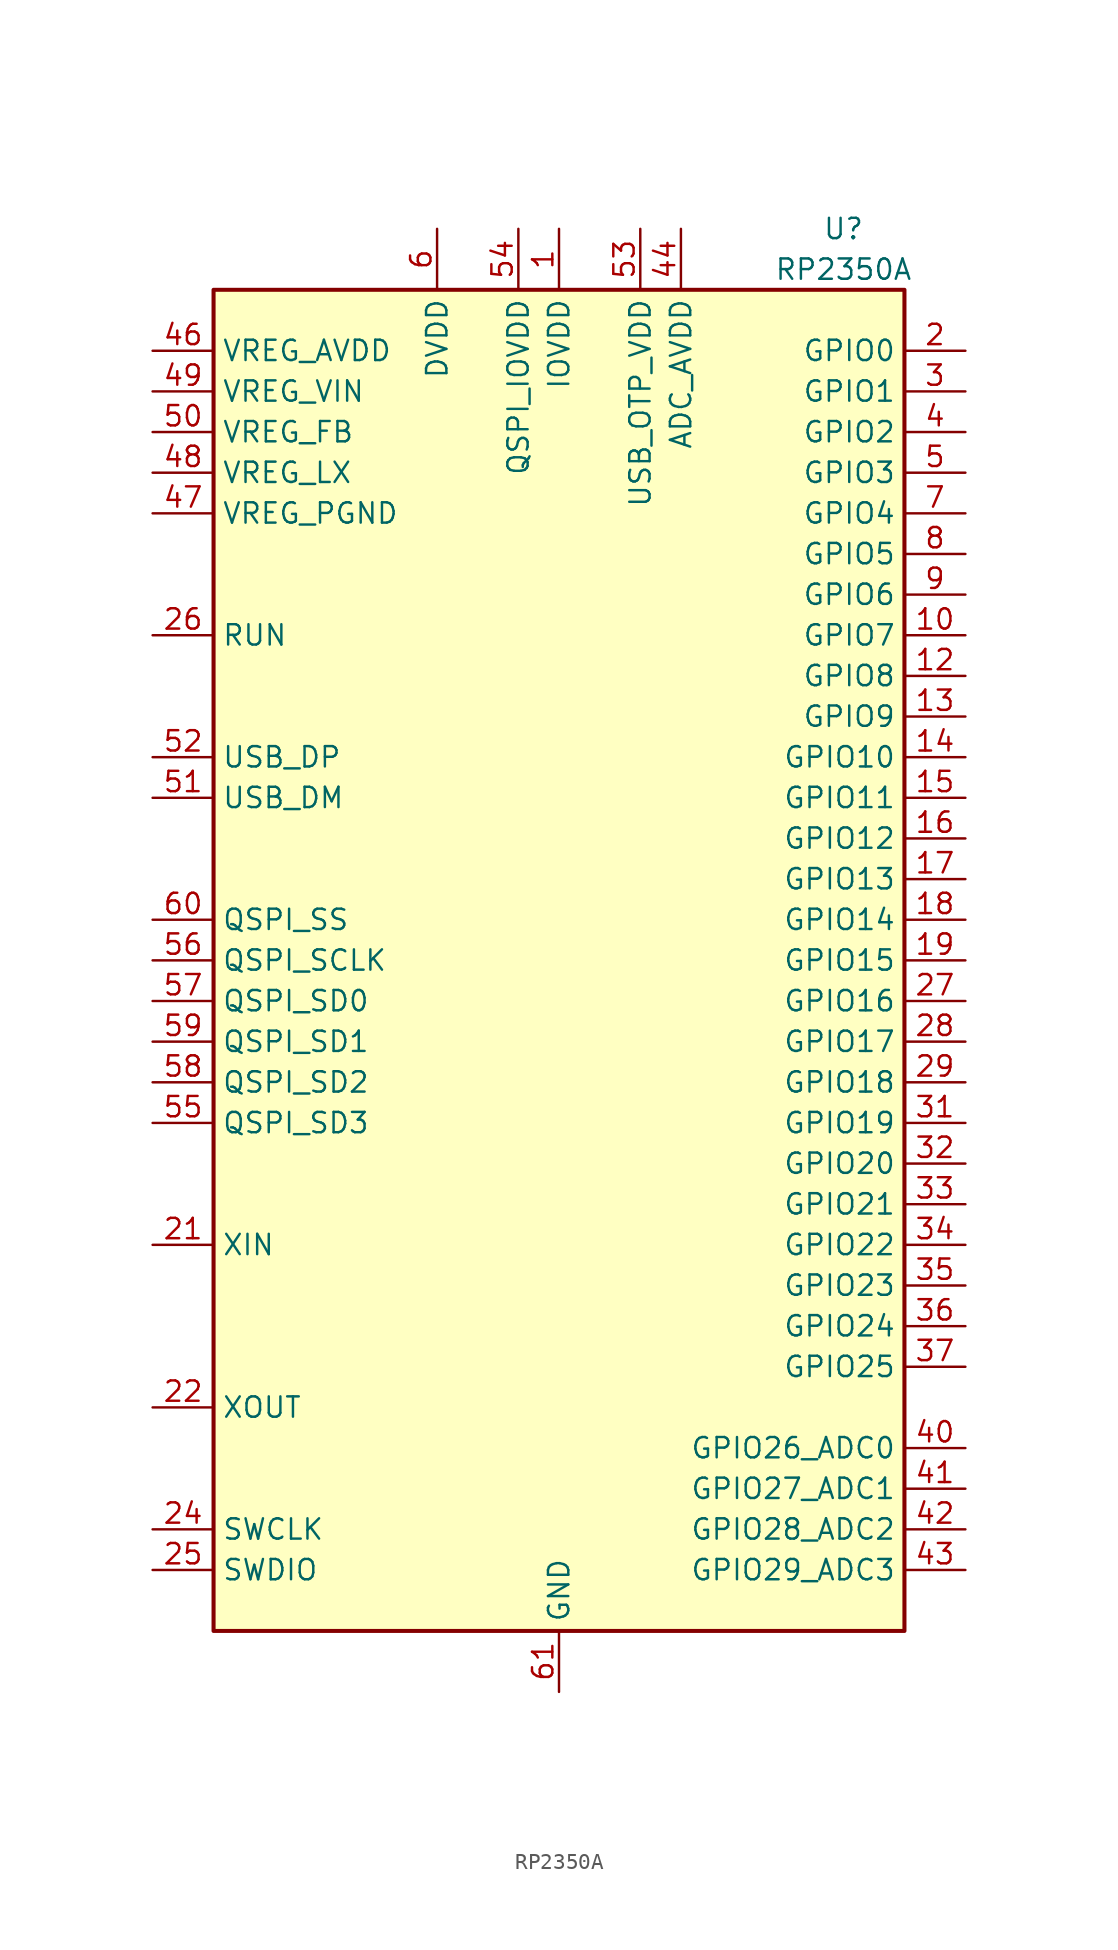
<source format=kicad_sym>
(kicad_symbol_lib
  (version 20241209)
  (generator "kicad_symbol_editor")
  (generator_version "9.0")
  (symbol "RP2350A"
    (property "Reference" "U"
      (at 17.78 45.72 0)
      (effects (font (size 1.27 1.27))))
    (property "Value" "RP2350A"
      (at 17.78 43.18 0)
      (effects (font (size 1.27 1.27))))
    (symbol "RP2350A_0_1"
      (rectangle (start -21.59 41.91) (end 21.59 -41.91) (stroke (width 0.254) (type default)) (fill (type background))))
    (symbol "RP2350A_1_0"
      (pin power_in line (at -25.4 38.1 0) (length 3.81) (name "VREG_AVDD" (effects (font (size 1.27 1.27)))) (number "46" (effects (font (size 1.27 1.27)))))
      (pin power_in line (at -25.4 27.94 0) (length 3.81) (name "VREG_PGND" (effects (font (size 1.27 1.27)))) (number "47" (effects (font (size 1.27 1.27)))))
      (pin passive line (at -7.62 45.72 270) (length 3.81) (hide yes) (name "DVDD" (effects (font (size 1.27 1.27)))) (number "39" (effects (font (size 1.27 1.27)))))
      (pin power_in line (at -7.62 45.72 270) (length 3.81) (name "DVDD" (effects (font (size 1.27 1.27)))) (number "6" (effects (font (size 1.27 1.27)))))
      (pin power_in line (at -2.54 45.72 270) (length 3.81) (name "QSPI_IOVDD" (effects (font (size 1.27 1.27)))) (number "54" (effects (font (size 1.27 1.27)))))
      (pin power_in line (at 5.08 45.72 270) (length 3.81) (name "USB_OTP_VDD" (effects (font (size 1.27 1.27)))) (number "53" (effects (font (size 1.27 1.27))))))
    (symbol "RP2350A_1_1"
      (pin power_in line (at -25.4 35.56 0) (length 3.81) (name "VREG_VIN" (effects (font (size 1.27 1.27)))) (number "49" (effects (font (size 1.27 1.27)))))
      (pin passive line (at -25.4 33.02 0) (length 3.81) (name "VREG_FB" (effects (font (size 1.27 1.27)))) (number "50" (effects (font (size 1.27 1.27)))))
      (pin power_out line (at -25.4 30.48 0) (length 3.81) (name "VREG_LX" (effects (font (size 1.27 1.27)))) (number "48" (effects (font (size 1.27 1.27)))))
      (pin input line (at -25.4 20.32 0) (length 3.81) (name "RUN" (effects (font (size 1.27 1.27)))) (number "26" (effects (font (size 1.27 1.27)))))
      (pin bidirectional line (at -25.4 12.7 0) (length 3.81) (name "USB_DP" (effects (font (size 1.27 1.27)))) (number "52" (effects (font (size 1.27 1.27)))))
      (pin bidirectional line (at -25.4 10.16 0) (length 3.81) (name "USB_DM" (effects (font (size 1.27 1.27)))) (number "51" (effects (font (size 1.27 1.27)))))
      (pin bidirectional line (at -25.4 2.54 0) (length 3.81) (name "QSPI_SS" (effects (font (size 1.27 1.27)))) (number "60" (effects (font (size 1.27 1.27)))))
      (pin output line (at -25.4 0 0) (length 3.81) (name "QSPI_SCLK" (effects (font (size 1.27 1.27)))) (number "56" (effects (font (size 1.27 1.27)))))
      (pin bidirectional line (at -25.4 -2.54 0) (length 3.81) (name "QSPI_SD0" (effects (font (size 1.27 1.27)))) (number "57" (effects (font (size 1.27 1.27)))))
      (pin bidirectional line (at -25.4 -5.08 0) (length 3.81) (name "QSPI_SD1" (effects (font (size 1.27 1.27)))) (number "59" (effects (font (size 1.27 1.27)))))
      (pin bidirectional line (at -25.4 -7.62 0) (length 3.81) (name "QSPI_SD2" (effects (font (size 1.27 1.27)))) (number "58" (effects (font (size 1.27 1.27)))))
      (pin bidirectional line (at -25.4 -10.16 0) (length 3.81) (name "QSPI_SD3" (effects (font (size 1.27 1.27)))) (number "55" (effects (font (size 1.27 1.27)))))
      (pin input line (at -25.4 -17.78 0) (length 3.81) (name "XIN" (effects (font (size 1.27 1.27)))) (number "21" (effects (font (size 1.27 1.27)))))
      (pin passive line (at -25.4 -27.94 0) (length 3.81) (name "XOUT" (effects (font (size 1.27 1.27)))) (number "22" (effects (font (size 1.27 1.27)))))
      (pin input line (at -25.4 -35.56 0) (length 3.81) (name "SWCLK" (effects (font (size 1.27 1.27)))) (number "24" (effects (font (size 1.27 1.27)))))
      (pin bidirectional line (at -25.4 -38.1 0) (length 3.81) (name "SWDIO" (effects (font (size 1.27 1.27)))) (number "25" (effects (font (size 1.27 1.27)))))
      (pin passive line (at -7.62 45.72 270) (length 3.81) (hide yes) (name "DVDD" (effects (font (size 1.27 1.27)))) (number "23" (effects (font (size 1.27 1.27)))))
      (pin power_in line (at 0 45.72 270) (length 3.81) (name "IOVDD" (effects (font (size 1.27 1.27)))) (number "1" (effects (font (size 1.27 1.27)))))
      (pin passive line (at 0 45.72 270) (length 3.81) (hide yes) (name "IOVDD" (effects (font (size 1.27 1.27)))) (number "11" (effects (font (size 1.27 1.27)))))
      (pin passive line (at 0 45.72 270) (length 3.81) (hide yes) (name "IOVDD" (effects (font (size 1.27 1.27)))) (number "20" (effects (font (size 1.27 1.27)))))
      (pin passive line (at 0 45.72 270) (length 3.81) (hide yes) (name "IOVDD" (effects (font (size 1.27 1.27)))) (number "30" (effects (font (size 1.27 1.27)))))
      (pin passive line (at 0 45.72 270) (length 3.81) (hide yes) (name "IOVDD" (effects (font (size 1.27 1.27)))) (number "38" (effects (font (size 1.27 1.27)))))
      (pin passive line (at 0 45.72 270) (length 3.81) (hide yes) (name "IOVDD" (effects (font (size 1.27 1.27)))) (number "45" (effects (font (size 1.27 1.27)))))
      (pin power_in line (at 0 -45.72 90) (length 3.81) (name "GND" (effects (font (size 1.27 1.27)))) (number "61" (effects (font (size 1.27 1.27)))))
      (pin power_in line (at 7.62 45.72 270) (length 3.81) (name "ADC_AVDD" (effects (font (size 1.27 1.27)))) (number "44" (effects (font (size 1.27 1.27)))))
      (pin bidirectional line (at 25.4 38.1 180) (length 3.81) (name "GPIO0" (effects (font (size 1.27 1.27)))) (number "2" (effects (font (size 1.27 1.27)))))
      (pin bidirectional line (at 25.4 35.56 180) (length 3.81) (name "GPIO1" (effects (font (size 1.27 1.27)))) (number "3" (effects (font (size 1.27 1.27)))))
      (pin bidirectional line (at 25.4 33.02 180) (length 3.81) (name "GPIO2" (effects (font (size 1.27 1.27)))) (number "4" (effects (font (size 1.27 1.27)))))
      (pin bidirectional line (at 25.4 30.48 180) (length 3.81) (name "GPIO3" (effects (font (size 1.27 1.27)))) (number "5" (effects (font (size 1.27 1.27)))))
      (pin bidirectional line (at 25.4 27.94 180) (length 3.81) (name "GPIO4" (effects (font (size 1.27 1.27)))) (number "7" (effects (font (size 1.27 1.27)))))
      (pin bidirectional line (at 25.4 25.4 180) (length 3.81) (name "GPIO5" (effects (font (size 1.27 1.27)))) (number "8" (effects (font (size 1.27 1.27)))))
      (pin bidirectional line (at 25.4 22.86 180) (length 3.81) (name "GPIO6" (effects (font (size 1.27 1.27)))) (number "9" (effects (font (size 1.27 1.27)))))
      (pin bidirectional line (at 25.4 20.32 180) (length 3.81) (name "GPIO7" (effects (font (size 1.27 1.27)))) (number "10" (effects (font (size 1.27 1.27)))))
      (pin bidirectional line (at 25.4 17.78 180) (length 3.81) (name "GPIO8" (effects (font (size 1.27 1.27)))) (number "12" (effects (font (size 1.27 1.27)))))
      (pin bidirectional line (at 25.4 15.24 180) (length 3.81) (name "GPIO9" (effects (font (size 1.27 1.27)))) (number "13" (effects (font (size 1.27 1.27)))))
      (pin bidirectional line (at 25.4 12.7 180) (length 3.81) (name "GPIO10" (effects (font (size 1.27 1.27)))) (number "14" (effects (font (size 1.27 1.27)))))
      (pin bidirectional line (at 25.4 10.16 180) (length 3.81) (name "GPIO11" (effects (font (size 1.27 1.27)))) (number "15" (effects (font (size 1.27 1.27)))))
      (pin bidirectional line (at 25.4 7.62 180) (length 3.81) (name "GPIO12" (effects (font (size 1.27 1.27)))) (number "16" (effects (font (size 1.27 1.27)))))
      (pin bidirectional line (at 25.4 5.08 180) (length 3.81) (name "GPIO13" (effects (font (size 1.27 1.27)))) (number "17" (effects (font (size 1.27 1.27)))))
      (pin bidirectional line (at 25.4 2.54 180) (length 3.81) (name "GPIO14" (effects (font (size 1.27 1.27)))) (number "18" (effects (font (size 1.27 1.27)))))
      (pin bidirectional line (at 25.4 0 180) (length 3.81) (name "GPIO15" (effects (font (size 1.27 1.27)))) (number "19" (effects (font (size 1.27 1.27)))))
      (pin bidirectional line (at 25.4 -2.54 180) (length 3.81) (name "GPIO16" (effects (font (size 1.27 1.27)))) (number "27" (effects (font (size 1.27 1.27)))))
      (pin bidirectional line (at 25.4 -5.08 180) (length 3.81) (name "GPIO17" (effects (font (size 1.27 1.27)))) (number "28" (effects (font (size 1.27 1.27)))))
      (pin bidirectional line (at 25.4 -7.62 180) (length 3.81) (name "GPIO18" (effects (font (size 1.27 1.27)))) (number "29" (effects (font (size 1.27 1.27)))))
      (pin bidirectional line (at 25.4 -10.16 180) (length 3.81) (name "GPIO19" (effects (font (size 1.27 1.27)))) (number "31" (effects (font (size 1.27 1.27)))))
      (pin bidirectional line (at 25.4 -12.7 180) (length 3.81) (name "GPIO20" (effects (font (size 1.27 1.27)))) (number "32" (effects (font (size 1.27 1.27)))))
      (pin bidirectional line (at 25.4 -15.24 180) (length 3.81) (name "GPIO21" (effects (font (size 1.27 1.27)))) (number "33" (effects (font (size 1.27 1.27)))))
      (pin bidirectional line (at 25.4 -17.78 180) (length 3.81) (name "GPIO22" (effects (font (size 1.27 1.27)))) (number "34" (effects (font (size 1.27 1.27)))))
      (pin bidirectional line (at 25.4 -20.32 180) (length 3.81) (name "GPIO23" (effects (font (size 1.27 1.27)))) (number "35" (effects (font (size 1.27 1.27)))))
      (pin bidirectional line (at 25.4 -22.86 180) (length 3.81) (name "GPIO24" (effects (font (size 1.27 1.27)))) (number "36" (effects (font (size 1.27 1.27)))))
      (pin bidirectional line (at 25.4 -25.4 180) (length 3.81) (name "GPIO25" (effects (font (size 1.27 1.27)))) (number "37" (effects (font (size 1.27 1.27)))))
      (pin bidirectional line (at 25.4 -30.48 180) (length 3.81) (name "GPIO26_ADC0" (effects (font (size 1.27 1.27)))) (number "40" (effects (font (size 1.27 1.27)))))
      (pin bidirectional line (at 25.4 -33.02 180) (length 3.81) (name "GPIO27_ADC1" (effects (font (size 1.27 1.27)))) (number "41" (effects (font (size 1.27 1.27)))))
      (pin bidirectional line (at 25.4 -35.56 180) (length 3.81) (name "GPIO28_ADC2" (effects (font (size 1.27 1.27)))) (number "42" (effects (font (size 1.27 1.27)))))
      (pin bidirectional line (at 25.4 -38.1 180) (length 3.81) (name "GPIO29_ADC3" (effects (font (size 1.27 1.27)))) (number "43" (effects (font (size 1.27 1.27))))))))
</source>
